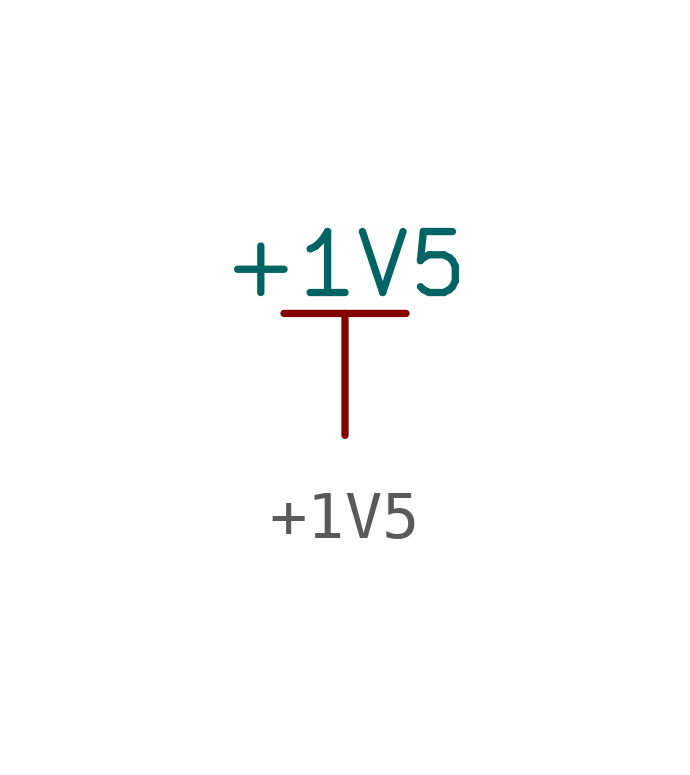
<source format=kicad_sym>
(kicad_symbol_lib
  (version 20211014)
  (generator kicad_symbol_editor)
  (symbol "+1V5"
    (power)
    (pin_names
      (offset 0))
    (property "Reference" "#PWR"
      (at 0 -3.81 0)
      (effects (font (size 1.27 1.27)) hide))
    (property "Value" "+1V5"
      (at 0 3.556 0)
      (effects (font (size 1.27 1.27))))
    (property "Footprint" ""
      (at 0 0 0)
      (effects (font (size 1.27 1.27))))
    (property "Datasheet" ""
      (at 0 0 0)
      (effects (font (size 1.27 1.27))))
    (symbol "+1V5_0_1"
      (polyline (pts (xy -1.27 2.54) (xy 1.27 2.54)) (stroke (width 0) (type default) (color 0 0 0 0)) (fill (type none)))
      (polyline (pts (xy 0 0) (xy 0 2.54)) (stroke (width 0) (type default) (color 0 0 0 0)) (fill (type none))))
    (symbol "+1V5_1_1"
      (pin power_in line (at 0 0 90) (length 0) hide (name "+1V5" (effects (font (size 1.27 1.27)))) (number "1" (effects (font (size 1.27 1.27))))))))
</source>
